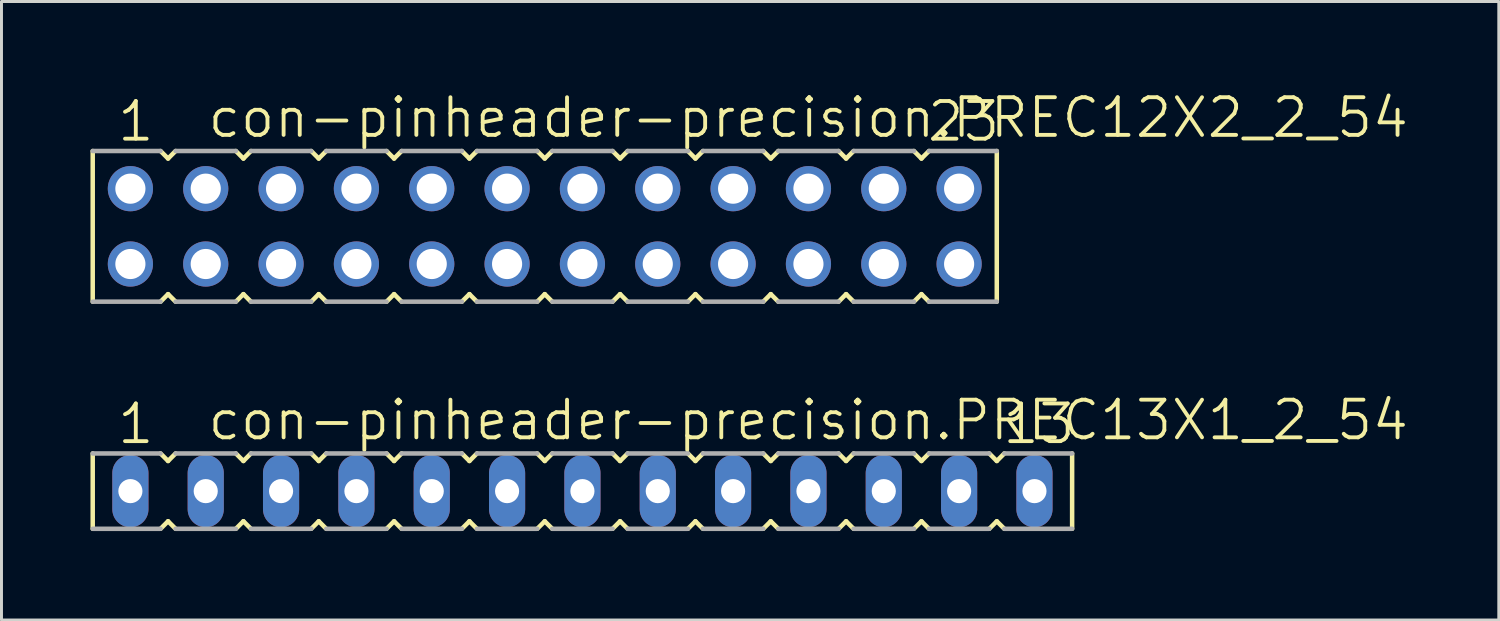
<source format=kicad_pcb>
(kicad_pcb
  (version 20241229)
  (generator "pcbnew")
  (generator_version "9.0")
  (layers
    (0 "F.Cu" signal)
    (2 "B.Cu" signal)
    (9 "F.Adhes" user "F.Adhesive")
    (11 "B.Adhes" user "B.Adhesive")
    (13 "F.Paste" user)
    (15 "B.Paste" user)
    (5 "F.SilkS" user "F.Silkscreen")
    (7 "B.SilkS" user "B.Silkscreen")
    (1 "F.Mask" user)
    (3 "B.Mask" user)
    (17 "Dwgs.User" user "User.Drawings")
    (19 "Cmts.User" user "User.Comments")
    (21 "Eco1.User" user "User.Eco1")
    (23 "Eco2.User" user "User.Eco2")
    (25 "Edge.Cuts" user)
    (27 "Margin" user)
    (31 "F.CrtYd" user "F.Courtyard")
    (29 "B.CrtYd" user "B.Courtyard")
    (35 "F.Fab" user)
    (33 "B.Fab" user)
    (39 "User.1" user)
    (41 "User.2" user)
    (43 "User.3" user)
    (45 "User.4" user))
  (footprint "con-pinheader-precision.PREC13X1_2_54"
    (layer "F.Cu")
    (at 16.586 13.508)
    (property "Reference" "con-pinheader-precision.PREC13X1_2_54" (at -12.7 -1.651 0) (layer "F.SilkS") (effects (font (size 1.27 1.27) (thickness 0.13)) (justify left bottom)))
    (attr through_hole)
    (fp_line (start -16.51 -1.27) (end -16.51 1.27) (stroke (width 0.152) (type default)) (layer "F.SilkS"))
    (fp_line (start -14.224 1.27) (end -13.97 1.016) (stroke (width 0.152) (type default)) (layer "F.SilkS"))
    (fp_line (start -13.97 -1.016) (end -14.224 -1.27) (stroke (width 0.152) (type default)) (layer "F.SilkS"))
    (fp_line (start -13.97 1.016) (end -13.716 1.27) (stroke (width 0.152) (type default)) (layer "F.SilkS"))
    (fp_line (start -13.716 -1.27) (end -13.97 -1.016) (stroke (width 0.152) (type default)) (layer "F.SilkS"))
    (fp_line (start -11.684 1.27) (end -11.43 1.016) (stroke (width 0.152) (type default)) (layer "F.SilkS"))
    (fp_line (start -11.43 -1.016) (end -11.684 -1.27) (stroke (width 0.152) (type default)) (layer "F.SilkS"))
    (fp_line (start -11.43 1.016) (end -11.176 1.27) (stroke (width 0.152) (type default)) (layer "F.SilkS"))
    (fp_line (start -11.176 -1.27) (end -11.43 -1.016) (stroke (width 0.152) (type default)) (layer "F.SilkS"))
    (fp_line (start -9.144 1.27) (end -8.89 1.016) (stroke (width 0.152) (type default)) (layer "F.SilkS"))
    (fp_line (start -8.89 -1.016) (end -9.144 -1.27) (stroke (width 0.152) (type default)) (layer "F.SilkS"))
    (fp_line (start -8.89 1.016) (end -8.636 1.27) (stroke (width 0.152) (type default)) (layer "F.SilkS"))
    (fp_line (start -8.636 -1.27) (end -8.89 -1.016) (stroke (width 0.152) (type default)) (layer "F.SilkS"))
    (fp_line (start -6.604 1.27) (end -6.35 1.016) (stroke (width 0.152) (type default)) (layer "F.SilkS"))
    (fp_line (start -6.35 -1.016) (end -6.604 -1.27) (stroke (width 0.152) (type default)) (layer "F.SilkS"))
    (fp_line (start -6.35 1.016) (end -6.096 1.27) (stroke (width 0.152) (type default)) (layer "F.SilkS"))
    (fp_line (start -6.096 -1.27) (end -6.35 -1.016) (stroke (width 0.152) (type default)) (layer "F.SilkS"))
    (fp_line (start -4.064 1.27) (end -3.81 1.016) (stroke (width 0.152) (type default)) (layer "F.SilkS"))
    (fp_line (start -3.81 -1.016) (end -4.064 -1.27) (stroke (width 0.152) (type default)) (layer "F.SilkS"))
    (fp_line (start -3.81 1.016) (end -3.556 1.27) (stroke (width 0.152) (type default)) (layer "F.SilkS"))
    (fp_line (start -3.556 -1.27) (end -3.81 -1.016) (stroke (width 0.152) (type default)) (layer "F.SilkS"))
    (fp_line (start -1.524 1.27) (end -1.27 1.016) (stroke (width 0.152) (type default)) (layer "F.SilkS"))
    (fp_line (start -1.27 -1.016) (end -1.524 -1.27) (stroke (width 0.152) (type default)) (layer "F.SilkS"))
    (fp_line (start -1.27 1.016) (end -1.016 1.27) (stroke (width 0.152) (type default)) (layer "F.SilkS"))
    (fp_line (start -1.016 -1.27) (end -1.27 -1.016) (stroke (width 0.152) (type default)) (layer "F.SilkS"))
    (fp_line (start 1.016 1.27) (end 1.27 1.016) (stroke (width 0.152) (type default)) (layer "F.SilkS"))
    (fp_line (start 1.27 -1.016) (end 1.016 -1.27) (stroke (width 0.152) (type default)) (layer "F.SilkS"))
    (fp_line (start 1.27 1.016) (end 1.524 1.27) (stroke (width 0.152) (type default)) (layer "F.SilkS"))
    (fp_line (start 1.524 -1.27) (end 1.27 -1.016) (stroke (width 0.152) (type default)) (layer "F.SilkS"))
    (fp_line (start 3.556 1.27) (end 3.81 1.016) (stroke (width 0.152) (type default)) (layer "F.SilkS"))
    (fp_line (start 3.81 -1.016) (end 3.556 -1.27) (stroke (width 0.152) (type default)) (layer "F.SilkS"))
    (fp_line (start 3.81 1.016) (end 4.064 1.27) (stroke (width 0.152) (type default)) (layer "F.SilkS"))
    (fp_line (start 4.064 -1.27) (end 3.81 -1.016) (stroke (width 0.152) (type default)) (layer "F.SilkS"))
    (fp_line (start 6.096 1.27) (end 6.35 1.016) (stroke (width 0.152) (type default)) (layer "F.SilkS"))
    (fp_line (start 6.35 -1.016) (end 6.096 -1.27) (stroke (width 0.152) (type default)) (layer "F.SilkS"))
    (fp_line (start 6.35 1.016) (end 6.604 1.27) (stroke (width 0.152) (type default)) (layer "F.SilkS"))
    (fp_line (start 6.604 -1.27) (end 6.35 -1.016) (stroke (width 0.152) (type default)) (layer "F.SilkS"))
    (fp_line (start 8.636 1.27) (end 8.89 1.016) (stroke (width 0.152) (type default)) (layer "F.SilkS"))
    (fp_line (start 8.89 -1.016) (end 8.636 -1.27) (stroke (width 0.152) (type default)) (layer "F.SilkS"))
    (fp_line (start 8.89 1.016) (end 9.144 1.27) (stroke (width 0.152) (type default)) (layer "F.SilkS"))
    (fp_line (start 9.144 -1.27) (end 8.89 -1.016) (stroke (width 0.152) (type default)) (layer "F.SilkS"))
    (fp_line (start 11.176 1.27) (end 11.43 1.016) (stroke (width 0.152) (type default)) (layer "F.SilkS"))
    (fp_line (start 11.43 -1.016) (end 11.176 -1.27) (stroke (width 0.152) (type default)) (layer "F.SilkS"))
    (fp_line (start 11.43 1.016) (end 11.684 1.27) (stroke (width 0.152) (type default)) (layer "F.SilkS"))
    (fp_line (start 11.684 -1.27) (end 11.43 -1.016) (stroke (width 0.152) (type default)) (layer "F.SilkS"))
    (fp_line (start 13.716 1.27) (end 13.97 1.016) (stroke (width 0.152) (type default)) (layer "F.SilkS"))
    (fp_line (start 13.97 -1.016) (end 13.716 -1.27) (stroke (width 0.152) (type default)) (layer "F.SilkS"))
    (fp_line (start 13.97 1.016) (end 14.224 1.27) (stroke (width 0.152) (type default)) (layer "F.SilkS"))
    (fp_line (start 14.224 -1.27) (end 13.97 -1.016) (stroke (width 0.152) (type default)) (layer "F.SilkS"))
    (fp_line (start 16.51 1.27) (end 16.51 -1.27) (stroke (width 0.152) (type default)) (layer "F.SilkS"))
    (fp_line (start -16.51 1.27) (end -14.224 1.27) (stroke (width 0.152) (type default)) (layer "F.Fab"))
    (fp_line (start -14.224 -1.27) (end -16.51 -1.27) (stroke (width 0.152) (type default)) (layer "F.Fab"))
    (fp_line (start -13.716 1.27) (end -11.684 1.27) (stroke (width 0.152) (type default)) (layer "F.Fab"))
    (fp_line (start -11.684 -1.27) (end -13.716 -1.27) (stroke (width 0.152) (type default)) (layer "F.Fab"))
    (fp_line (start -11.176 1.27) (end -9.144 1.27) (stroke (width 0.152) (type default)) (layer "F.Fab"))
    (fp_line (start -9.144 -1.27) (end -11.176 -1.27) (stroke (width 0.152) (type default)) (layer "F.Fab"))
    (fp_line (start -8.636 1.27) (end -6.604 1.27) (stroke (width 0.152) (type default)) (layer "F.Fab"))
    (fp_line (start -6.604 -1.27) (end -8.636 -1.27) (stroke (width 0.152) (type default)) (layer "F.Fab"))
    (fp_line (start -6.096 1.27) (end -4.064 1.27) (stroke (width 0.152) (type default)) (layer "F.Fab"))
    (fp_line (start -4.064 -1.27) (end -6.096 -1.27) (stroke (width 0.152) (type default)) (layer "F.Fab"))
    (fp_line (start -3.556 1.27) (end -1.524 1.27) (stroke (width 0.152) (type default)) (layer "F.Fab"))
    (fp_line (start -1.524 -1.27) (end -3.556 -1.27) (stroke (width 0.152) (type default)) (layer "F.Fab"))
    (fp_line (start -1.016 1.27) (end 1.016 1.27) (stroke (width 0.152) (type default)) (layer "F.Fab"))
    (fp_line (start 1.016 -1.27) (end -1.016 -1.27) (stroke (width 0.152) (type default)) (layer "F.Fab"))
    (fp_line (start 1.524 1.27) (end 3.556 1.27) (stroke (width 0.152) (type default)) (layer "F.Fab"))
    (fp_line (start 3.556 -1.27) (end 1.524 -1.27) (stroke (width 0.152) (type default)) (layer "F.Fab"))
    (fp_line (start 4.064 1.27) (end 6.096 1.27) (stroke (width 0.152) (type default)) (layer "F.Fab"))
    (fp_line (start 6.096 -1.27) (end 4.064 -1.27) (stroke (width 0.152) (type default)) (layer "F.Fab"))
    (fp_line (start 6.604 1.27) (end 8.636 1.27) (stroke (width 0.152) (type default)) (layer "F.Fab"))
    (fp_line (start 8.636 -1.27) (end 6.604 -1.27) (stroke (width 0.152) (type default)) (layer "F.Fab"))
    (fp_line (start 9.144 1.27) (end 11.176 1.27) (stroke (width 0.152) (type default)) (layer "F.Fab"))
    (fp_line (start 11.176 -1.27) (end 9.144 -1.27) (stroke (width 0.152) (type default)) (layer "F.Fab"))
    (fp_line (start 11.684 1.27) (end 13.716 1.27) (stroke (width 0.152) (type default)) (layer "F.Fab"))
    (fp_line (start 13.716 -1.27) (end 11.684 -1.27) (stroke (width 0.152) (type default)) (layer "F.Fab"))
    (fp_line (start 14.224 1.27) (end 16.51 1.27) (stroke (width 0.152) (type default)) (layer "F.Fab"))
    (fp_line (start 16.51 -1.27) (end 14.224 -1.27) (stroke (width 0.152) (type default)) (layer "F.Fab"))
    (fp_text user "13" (at 14.097 -1.524 0) (layer "F.SilkS") (effects (font (size 1.27 1.27) (thickness 0.13)) (justify left bottom)))
    (fp_text user "1" (at -15.748 -1.524 0) (layer "F.SilkS") (effects (font (size 1.27 1.27) (thickness 0.13)) (justify left bottom)))
    (pad "1" thru_hole oval (at -15.24 0 90) (size 2.438 1.219) (drill 0.813) (layers "*.Cu" "*.Mask"))
    (pad "2" thru_hole oval (at -12.7 0 90) (size 2.438 1.219) (drill 0.813) (layers "*.Cu" "*.Mask"))
    (pad "3" thru_hole oval (at -10.16 0 90) (size 2.438 1.219) (drill 0.813) (layers "*.Cu" "*.Mask"))
    (pad "4" thru_hole oval (at -7.62 0 90) (size 2.438 1.219) (drill 0.813) (layers "*.Cu" "*.Mask"))
    (pad "5" thru_hole oval (at -5.08 0 90) (size 2.438 1.219) (drill 0.813) (layers "*.Cu" "*.Mask"))
    (pad "6" thru_hole oval (at -2.54 0 90) (size 2.438 1.219) (drill 0.813) (layers "*.Cu" "*.Mask"))
    (pad "7" thru_hole oval (at 0 0 90) (size 2.438 1.219) (drill 0.813) (layers "*.Cu" "*.Mask"))
    (pad "8" thru_hole oval (at 2.54 0 90) (size 2.438 1.219) (drill 0.813) (layers "*.Cu" "*.Mask"))
    (pad "9" thru_hole oval (at 5.08 0 90) (size 2.438 1.219) (drill 0.813) (layers "*.Cu" "*.Mask"))
    (pad "10" thru_hole oval (at 7.62 0 90) (size 2.438 1.219) (drill 0.813) (layers "*.Cu" "*.Mask"))
    (pad "11" thru_hole oval (at 10.16 0 90) (size 2.438 1.219) (drill 0.813) (layers "*.Cu" "*.Mask"))
    (pad "12" thru_hole oval (at 12.7 0 90) (size 2.438 1.219) (drill 0.813) (layers "*.Cu" "*.Mask"))
    (pad "13" thru_hole oval (at 15.24 0 90) (size 2.438 1.219) (drill 0.813) (layers "*.Cu" "*.Mask")))
  (footprint "con-pinheader-precision.PREC12X2_2_54"
    (layer "F.Cu")
    (at 15.316 4.581)
    (property "Reference" "con-pinheader-precision.PREC12X2_2_54" (at -11.43 -2.921 0) (layer "F.SilkS") (effects (font (size 1.27 1.27) (thickness 0.13)) (justify left bottom)))
    (attr through_hole)
    (fp_line (start -15.24 -2.54) (end -15.24 2.54) (stroke (width 0.152) (type default)) (layer "F.SilkS"))
    (fp_line (start -12.954 2.54) (end -12.7 2.286) (stroke (width 0.152) (type default)) (layer "F.SilkS"))
    (fp_line (start -12.7 -2.286) (end -12.954 -2.54) (stroke (width 0.152) (type default)) (layer "F.SilkS"))
    (fp_line (start -12.7 2.286) (end -12.446 2.54) (stroke (width 0.152) (type default)) (layer "F.SilkS"))
    (fp_line (start -12.446 -2.54) (end -12.7 -2.286) (stroke (width 0.152) (type default)) (layer "F.SilkS"))
    (fp_line (start -10.414 2.54) (end -10.16 2.286) (stroke (width 0.152) (type default)) (layer "F.SilkS"))
    (fp_line (start -10.16 -2.286) (end -10.414 -2.54) (stroke (width 0.152) (type default)) (layer "F.SilkS"))
    (fp_line (start -10.16 2.286) (end -9.906 2.54) (stroke (width 0.152) (type default)) (layer "F.SilkS"))
    (fp_line (start -9.906 -2.54) (end -10.16 -2.286) (stroke (width 0.152) (type default)) (layer "F.SilkS"))
    (fp_line (start -7.874 2.54) (end -7.62 2.286) (stroke (width 0.152) (type default)) (layer "F.SilkS"))
    (fp_line (start -7.62 -2.286) (end -7.874 -2.54) (stroke (width 0.152) (type default)) (layer "F.SilkS"))
    (fp_line (start -7.62 2.286) (end -7.366 2.54) (stroke (width 0.152) (type default)) (layer "F.SilkS"))
    (fp_line (start -7.366 -2.54) (end -7.62 -2.286) (stroke (width 0.152) (type default)) (layer "F.SilkS"))
    (fp_line (start -5.334 2.54) (end -5.08 2.286) (stroke (width 0.152) (type default)) (layer "F.SilkS"))
    (fp_line (start -5.08 -2.286) (end -5.334 -2.54) (stroke (width 0.152) (type default)) (layer "F.SilkS"))
    (fp_line (start -5.08 2.286) (end -4.826 2.54) (stroke (width 0.152) (type default)) (layer "F.SilkS"))
    (fp_line (start -4.826 -2.54) (end -5.08 -2.286) (stroke (width 0.152) (type default)) (layer "F.SilkS"))
    (fp_line (start -2.794 2.54) (end -2.54 2.286) (stroke (width 0.152) (type default)) (layer "F.SilkS"))
    (fp_line (start -2.54 -2.286) (end -2.794 -2.54) (stroke (width 0.152) (type default)) (layer "F.SilkS"))
    (fp_line (start -2.54 2.286) (end -2.286 2.54) (stroke (width 0.152) (type default)) (layer "F.SilkS"))
    (fp_line (start -2.286 -2.54) (end -2.54 -2.286) (stroke (width 0.152) (type default)) (layer "F.SilkS"))
    (fp_line (start -0.254 2.54) (end 0 2.286) (stroke (width 0.152) (type default)) (layer "F.SilkS"))
    (fp_line (start 0 -2.286) (end -0.254 -2.54) (stroke (width 0.152) (type default)) (layer "F.SilkS"))
    (fp_line (start 0 2.286) (end 0.254 2.54) (stroke (width 0.152) (type default)) (layer "F.SilkS"))
    (fp_line (start 0.254 -2.54) (end 0 -2.286) (stroke (width 0.152) (type default)) (layer "F.SilkS"))
    (fp_line (start 2.286 2.54) (end 2.54 2.286) (stroke (width 0.152) (type default)) (layer "F.SilkS"))
    (fp_line (start 2.54 -2.286) (end 2.286 -2.54) (stroke (width 0.152) (type default)) (layer "F.SilkS"))
    (fp_line (start 2.54 2.286) (end 2.794 2.54) (stroke (width 0.152) (type default)) (layer "F.SilkS"))
    (fp_line (start 2.794 -2.54) (end 2.54 -2.286) (stroke (width 0.152) (type default)) (layer "F.SilkS"))
    (fp_line (start 4.826 2.54) (end 5.08 2.286) (stroke (width 0.152) (type default)) (layer "F.SilkS"))
    (fp_line (start 5.08 -2.286) (end 4.826 -2.54) (stroke (width 0.152) (type default)) (layer "F.SilkS"))
    (fp_line (start 5.08 2.286) (end 5.334 2.54) (stroke (width 0.152) (type default)) (layer "F.SilkS"))
    (fp_line (start 5.334 -2.54) (end 5.08 -2.286) (stroke (width 0.152) (type default)) (layer "F.SilkS"))
    (fp_line (start 7.366 2.54) (end 7.62 2.286) (stroke (width 0.152) (type default)) (layer "F.SilkS"))
    (fp_line (start 7.62 -2.286) (end 7.366 -2.54) (stroke (width 0.152) (type default)) (layer "F.SilkS"))
    (fp_line (start 7.62 2.286) (end 7.874 2.54) (stroke (width 0.152) (type default)) (layer "F.SilkS"))
    (fp_line (start 7.874 -2.54) (end 7.62 -2.286) (stroke (width 0.152) (type default)) (layer "F.SilkS"))
    (fp_line (start 9.906 2.54) (end 10.16 2.286) (stroke (width 0.152) (type default)) (layer "F.SilkS"))
    (fp_line (start 10.16 -2.286) (end 9.906 -2.54) (stroke (width 0.152) (type default)) (layer "F.SilkS"))
    (fp_line (start 10.16 2.286) (end 10.414 2.54) (stroke (width 0.152) (type default)) (layer "F.SilkS"))
    (fp_line (start 10.414 -2.54) (end 10.16 -2.286) (stroke (width 0.152) (type default)) (layer "F.SilkS"))
    (fp_line (start 12.446 2.54) (end 12.7 2.286) (stroke (width 0.152) (type default)) (layer "F.SilkS"))
    (fp_line (start 12.7 -2.286) (end 12.446 -2.54) (stroke (width 0.152) (type default)) (layer "F.SilkS"))
    (fp_line (start 12.7 2.286) (end 12.954 2.54) (stroke (width 0.152) (type default)) (layer "F.SilkS"))
    (fp_line (start 12.954 -2.54) (end 12.7 -2.286) (stroke (width 0.152) (type default)) (layer "F.SilkS"))
    (fp_line (start 15.24 2.54) (end 15.24 -2.54) (stroke (width 0.152) (type default)) (layer "F.SilkS"))
    (fp_line (start -15.24 2.54) (end -12.954 2.54) (stroke (width 0.152) (type default)) (layer "F.Fab"))
    (fp_line (start -12.954 -2.54) (end -15.24 -2.54) (stroke (width 0.152) (type default)) (layer "F.Fab"))
    (fp_line (start -12.446 2.54) (end -10.414 2.54) (stroke (width 0.152) (type default)) (layer "F.Fab"))
    (fp_line (start -10.414 -2.54) (end -12.446 -2.54) (stroke (width 0.152) (type default)) (layer "F.Fab"))
    (fp_line (start -9.906 2.54) (end -7.874 2.54) (stroke (width 0.152) (type default)) (layer "F.Fab"))
    (fp_line (start -7.874 -2.54) (end -9.906 -2.54) (stroke (width 0.152) (type default)) (layer "F.Fab"))
    (fp_line (start -7.366 2.54) (end -5.334 2.54) (stroke (width 0.152) (type default)) (layer "F.Fab"))
    (fp_line (start -5.334 -2.54) (end -7.366 -2.54) (stroke (width 0.152) (type default)) (layer "F.Fab"))
    (fp_line (start -4.826 2.54) (end -2.794 2.54) (stroke (width 0.152) (type default)) (layer "F.Fab"))
    (fp_line (start -2.794 -2.54) (end -4.826 -2.54) (stroke (width 0.152) (type default)) (layer "F.Fab"))
    (fp_line (start -2.286 2.54) (end -0.254 2.54) (stroke (width 0.152) (type default)) (layer "F.Fab"))
    (fp_line (start -0.254 -2.54) (end -2.286 -2.54) (stroke (width 0.152) (type default)) (layer "F.Fab"))
    (fp_line (start 0.254 2.54) (end 2.286 2.54) (stroke (width 0.152) (type default)) (layer "F.Fab"))
    (fp_line (start 2.286 -2.54) (end 0.254 -2.54) (stroke (width 0.152) (type default)) (layer "F.Fab"))
    (fp_line (start 2.794 2.54) (end 4.826 2.54) (stroke (width 0.152) (type default)) (layer "F.Fab"))
    (fp_line (start 4.826 -2.54) (end 2.794 -2.54) (stroke (width 0.152) (type default)) (layer "F.Fab"))
    (fp_line (start 5.334 2.54) (end 7.366 2.54) (stroke (width 0.152) (type default)) (layer "F.Fab"))
    (fp_line (start 7.366 -2.54) (end 5.334 -2.54) (stroke (width 0.152) (type default)) (layer "F.Fab"))
    (fp_line (start 7.874 2.54) (end 9.906 2.54) (stroke (width 0.152) (type default)) (layer "F.Fab"))
    (fp_line (start 9.906 -2.54) (end 7.874 -2.54) (stroke (width 0.152) (type default)) (layer "F.Fab"))
    (fp_line (start 10.414 2.54) (end 12.446 2.54) (stroke (width 0.152) (type default)) (layer "F.Fab"))
    (fp_line (start 12.446 -2.54) (end 10.414 -2.54) (stroke (width 0.152) (type default)) (layer "F.Fab"))
    (fp_line (start 12.954 2.54) (end 15.24 2.54) (stroke (width 0.152) (type default)) (layer "F.Fab"))
    (fp_line (start 15.24 -2.54) (end 12.954 -2.54) (stroke (width 0.152) (type default)) (layer "F.Fab"))
    (fp_text user "1" (at -14.478 -2.794 0) (layer "F.SilkS") (effects (font (size 1.27 1.27) (thickness 0.13)) (justify left bottom)))
    (fp_text user "23" (at 12.827 -2.794 0) (layer "F.SilkS") (effects (font (size 1.27 1.27) (thickness 0.13)) (justify left bottom)))
    (pad "1" thru_hole circle (at -13.97 -1.27 180) (size 1.524 1.524) (drill 1.016) (layers "*.Cu" "*.Mask"))
    (pad "2" thru_hole circle (at -13.97 1.27 180) (size 1.524 1.524) (drill 1.016) (layers "*.Cu" "*.Mask"))
    (pad "3" thru_hole circle (at -11.43 -1.27 180) (size 1.524 1.524) (drill 1.016) (layers "*.Cu" "*.Mask"))
    (pad "4" thru_hole circle (at -11.43 1.27 180) (size 1.524 1.524) (drill 1.016) (layers "*.Cu" "*.Mask"))
    (pad "5" thru_hole circle (at -8.89 -1.27 180) (size 1.524 1.524) (drill 1.016) (layers "*.Cu" "*.Mask"))
    (pad "6" thru_hole circle (at -8.89 1.27 180) (size 1.524 1.524) (drill 1.016) (layers "*.Cu" "*.Mask"))
    (pad "7" thru_hole circle (at -6.35 -1.27 180) (size 1.524 1.524) (drill 1.016) (layers "*.Cu" "*.Mask"))
    (pad "8" thru_hole circle (at -6.35 1.27 180) (size 1.524 1.524) (drill 1.016) (layers "*.Cu" "*.Mask"))
    (pad "9" thru_hole circle (at -3.81 -1.27 180) (size 1.524 1.524) (drill 1.016) (layers "*.Cu" "*.Mask"))
    (pad "10" thru_hole circle (at -3.81 1.27 180) (size 1.524 1.524) (drill 1.016) (layers "*.Cu" "*.Mask"))
    (pad "11" thru_hole circle (at -1.27 -1.27 180) (size 1.524 1.524) (drill 1.016) (layers "*.Cu" "*.Mask"))
    (pad "12" thru_hole circle (at -1.27 1.27 180) (size 1.524 1.524) (drill 1.016) (layers "*.Cu" "*.Mask"))
    (pad "13" thru_hole circle (at 1.27 -1.27 180) (size 1.524 1.524) (drill 1.016) (layers "*.Cu" "*.Mask"))
    (pad "14" thru_hole circle (at 1.27 1.27 180) (size 1.524 1.524) (drill 1.016) (layers "*.Cu" "*.Mask"))
    (pad "15" thru_hole circle (at 3.81 -1.27 180) (size 1.524 1.524) (drill 1.016) (layers "*.Cu" "*.Mask"))
    (pad "16" thru_hole circle (at 3.81 1.27 180) (size 1.524 1.524) (drill 1.016) (layers "*.Cu" "*.Mask"))
    (pad "17" thru_hole circle (at 6.35 -1.27 180) (size 1.524 1.524) (drill 1.016) (layers "*.Cu" "*.Mask"))
    (pad "18" thru_hole circle (at 6.35 1.27 180) (size 1.524 1.524) (drill 1.016) (layers "*.Cu" "*.Mask"))
    (pad "19" thru_hole circle (at 8.89 -1.27 180) (size 1.524 1.524) (drill 1.016) (layers "*.Cu" "*.Mask"))
    (pad "20" thru_hole circle (at 8.89 1.27 180) (size 1.524 1.524) (drill 1.016) (layers "*.Cu" "*.Mask"))
    (pad "21" thru_hole circle (at 11.43 -1.27 180) (size 1.524 1.524) (drill 1.016) (layers "*.Cu" "*.Mask"))
    (pad "22" thru_hole circle (at 11.43 1.27 180) (size 1.524 1.524) (drill 1.016) (layers "*.Cu" "*.Mask"))
    (pad "23" thru_hole circle (at 13.97 -1.27 180) (size 1.524 1.524) (drill 1.016) (layers "*.Cu" "*.Mask"))
    (pad "24" thru_hole circle (at 13.97 1.27 180) (size 1.524 1.524) (drill 1.016) (layers "*.Cu" "*.Mask")))
  (gr_rect
    (start -3 -3)
    (end 47.481 17.854)
    (stroke (width 0.1) (type default))
    (fill no)
    (layer "Edge.Cuts")))
</source>
